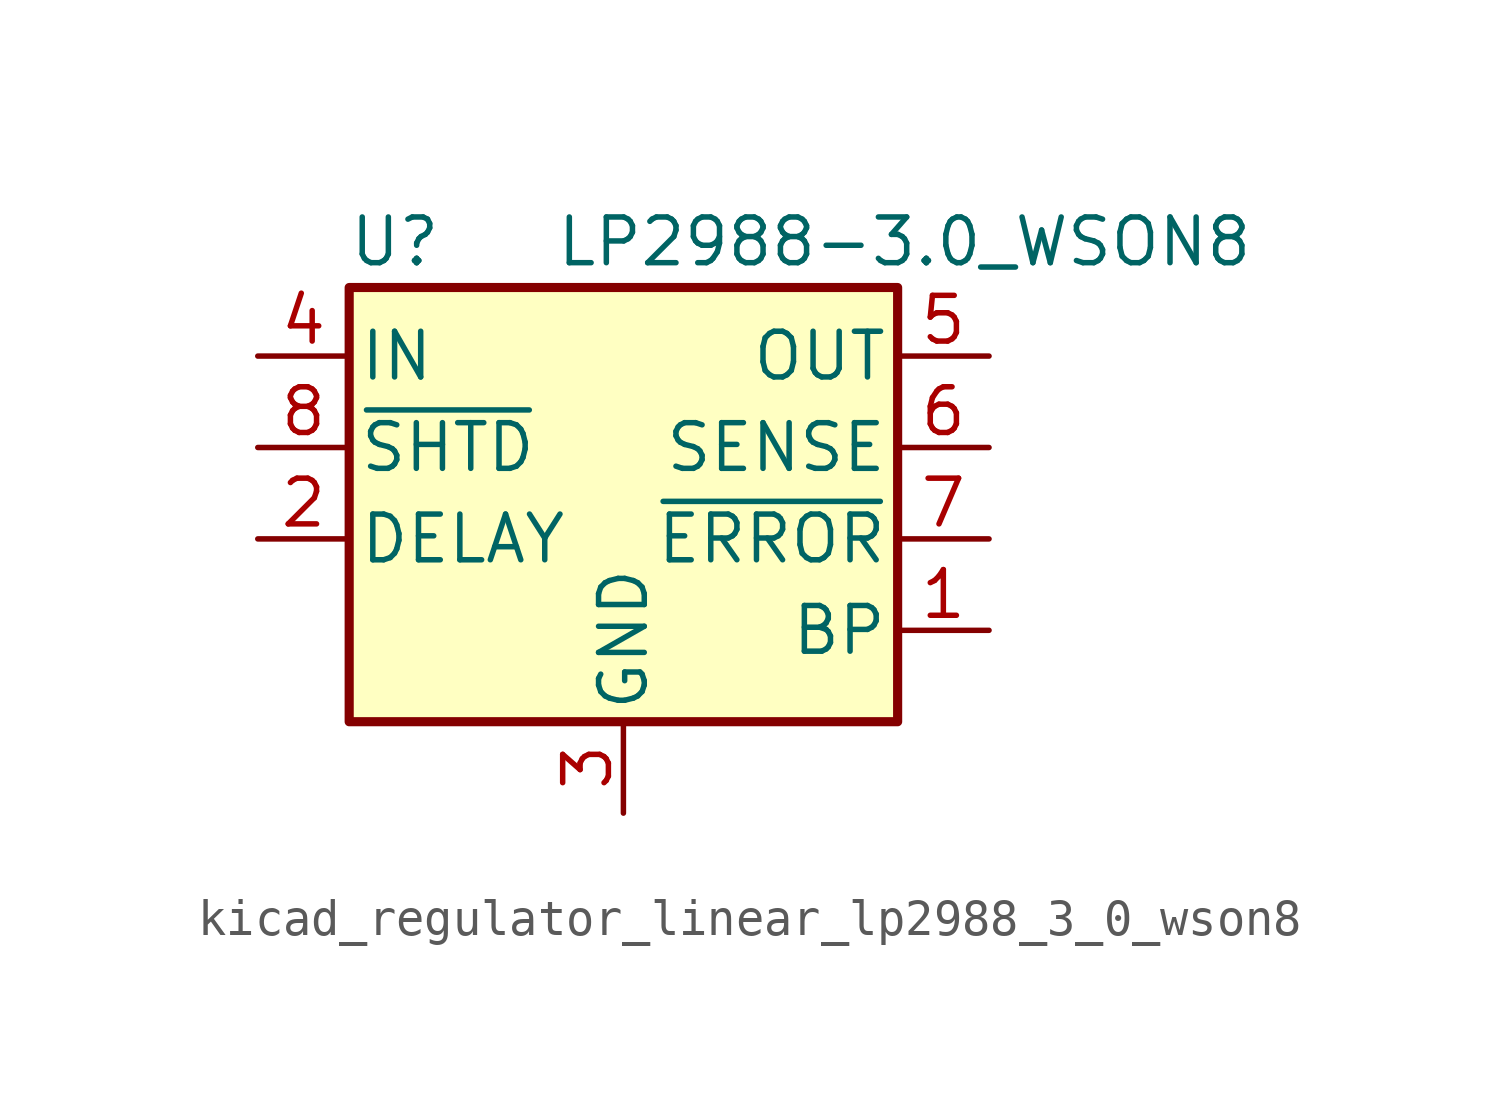
<source format=kicad_sym>
(kicad_symbol_lib
  (version 20220914)
  (generator kicad_symbol_editor)
  (symbol "kicad_regulator_linear_lp2988_3_0_wson8"
    (pin_names
      (offset 0.254))
    (property "Reference" "U"
      (at -6.35 5.715 0)
      (effects (font (size 1.27 1.27))))
    (property "Value" "LP2988-3.0_WSON8"
      (at -1.905 5.715 0)
      (effects (font (size 1.27 1.27)) (justify left)))
    (symbol "kicad_regulator_linear_lp2988_3_0_wson8_0_1"
      (rectangle (start -7.62 4.445) (end 7.62 -7.62) (stroke (width 0.254) (type default)) (fill (type background))))
    (symbol "kicad_regulator_linear_lp2988_3_0_wson8_1_1"
      (pin passive line (at 10.16 -5.08 180) (length 2.54) (name "BP" (effects (font (size 1.27 1.27)))) (number "1" (effects (font (size 1.27 1.27)))))
      (pin passive line (at -10.16 -2.54 0) (length 2.54) (name "DELAY" (effects (font (size 1.27 1.27)))) (number "2" (effects (font (size 1.27 1.27)))))
      (pin power_in line (at 0 -10.16 90) (length 2.54) (name "GND" (effects (font (size 1.27 1.27)))) (number "3" (effects (font (size 1.27 1.27)))))
      (pin power_in line (at -10.16 2.54 0) (length 2.54) (name "IN" (effects (font (size 1.27 1.27)))) (number "4" (effects (font (size 1.27 1.27)))))
      (pin power_out line (at 10.16 2.54 180) (length 2.54) (name "OUT" (effects (font (size 1.27 1.27)))) (number "5" (effects (font (size 1.27 1.27)))))
      (pin input line (at 10.16 0 180) (length 2.54) (name "SENSE" (effects (font (size 1.27 1.27)))) (number "6" (effects (font (size 1.27 1.27)))))
      (pin output line (at 10.16 -2.54 180) (length 2.54) (name "~{ERROR}" (effects (font (size 1.27 1.27)))) (number "7" (effects (font (size 1.27 1.27)))))
      (pin input line (at -10.16 0 0) (length 2.54) (name "~{SHTD}" (effects (font (size 1.27 1.27)))) (number "8" (effects (font (size 1.27 1.27)))))
      (pin passive line (at 0 -10.16 90) (length 2.54) hide (name "GND" (effects (font (size 1.27 1.27)))) (number "9" (effects (font (size 1.27 1.27))))))))
</source>
